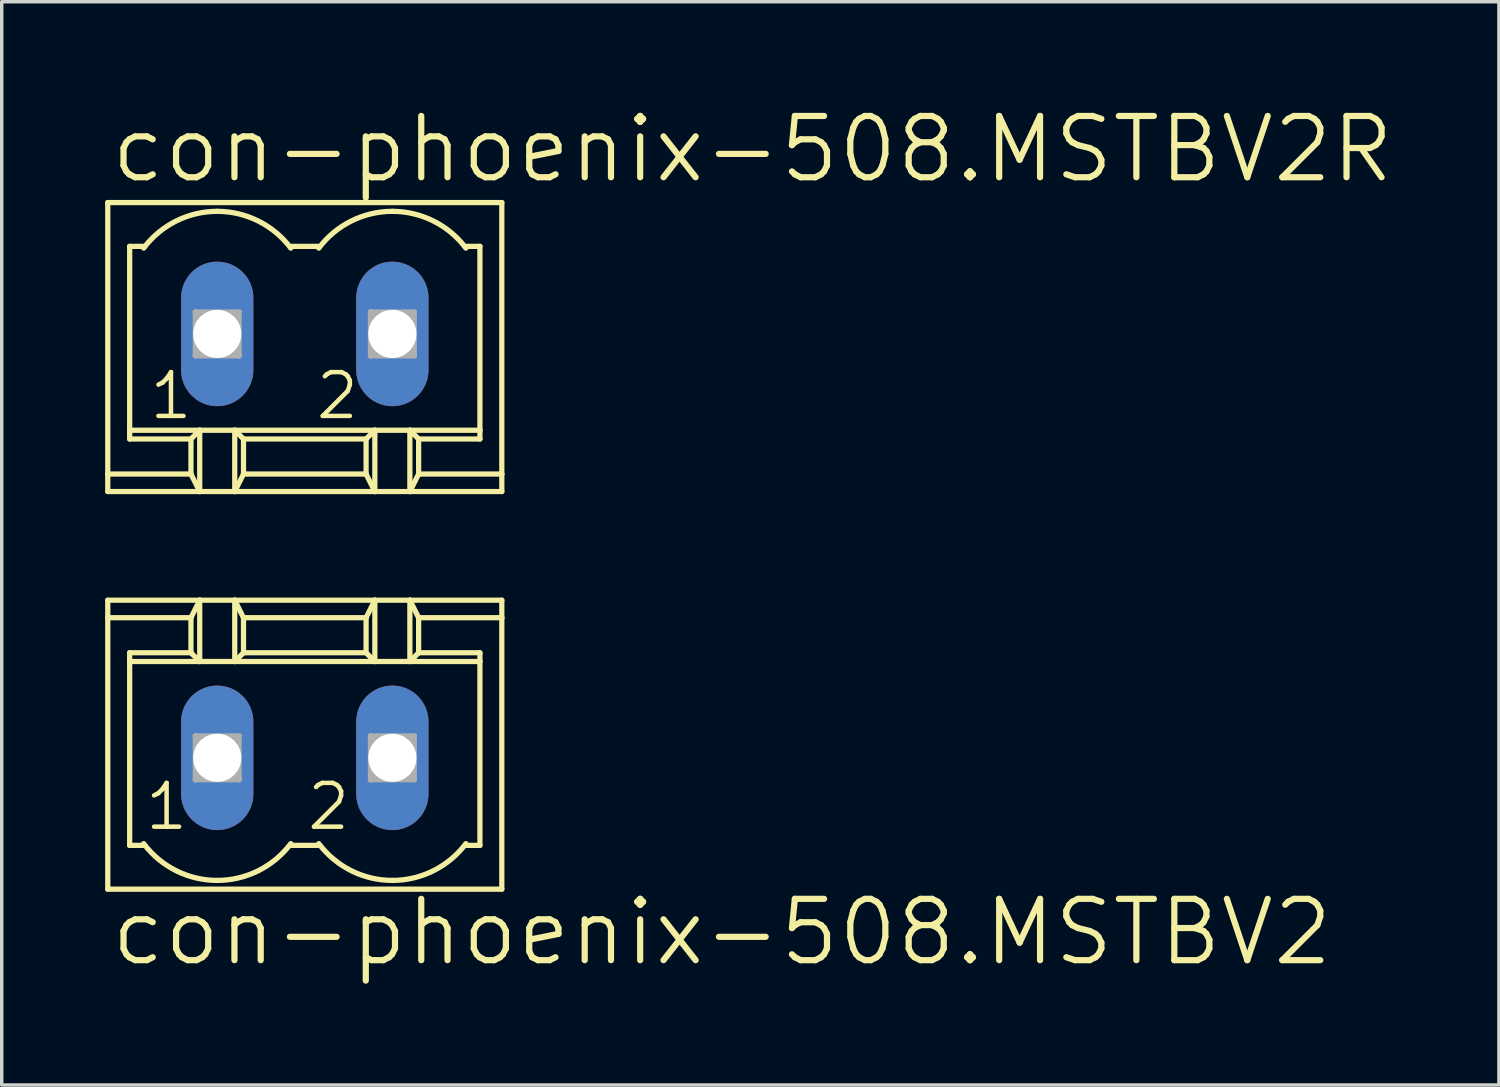
<source format=kicad_pcb>
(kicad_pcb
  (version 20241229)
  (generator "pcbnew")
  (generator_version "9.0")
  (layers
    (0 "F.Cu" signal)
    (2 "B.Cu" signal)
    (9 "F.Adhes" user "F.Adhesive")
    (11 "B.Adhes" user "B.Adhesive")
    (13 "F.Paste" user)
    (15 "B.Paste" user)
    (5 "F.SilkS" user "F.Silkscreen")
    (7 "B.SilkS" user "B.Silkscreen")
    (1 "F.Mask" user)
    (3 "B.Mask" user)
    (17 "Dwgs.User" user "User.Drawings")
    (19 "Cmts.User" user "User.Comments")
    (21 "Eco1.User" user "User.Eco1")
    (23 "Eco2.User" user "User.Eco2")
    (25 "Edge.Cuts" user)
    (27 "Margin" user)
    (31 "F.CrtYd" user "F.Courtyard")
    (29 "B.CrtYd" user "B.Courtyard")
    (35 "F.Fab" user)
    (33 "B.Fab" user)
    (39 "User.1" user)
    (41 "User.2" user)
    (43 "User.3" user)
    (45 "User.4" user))
  (footprint "con-phoenix-508.MSTBV2"
    (layer "F.Cu")
    (at 5.791 18.932)
    (property "Reference" "con-phoenix-508.MSTBV2" (at -5.715 6.096 0) (layer "F.SilkS") (effects (font (size 1.778 1.778) (thickness 0.18)) (justify left bottom)))
    (attr through_hole)
    (fp_line (start -5.715 -4.572) (end -5.715 -4.064) (stroke (width 0.152) (type default)) (layer "F.SilkS"))
    (fp_line (start -5.715 -4.572) (end -3.048 -4.572) (stroke (width 0.152) (type default)) (layer "F.SilkS"))
    (fp_line (start -5.715 -4.064) (end -5.715 3.81) (stroke (width 0.152) (type default)) (layer "F.SilkS"))
    (fp_line (start -5.715 -4.064) (end -3.302 -4.064) (stroke (width 0.152) (type default)) (layer "F.SilkS"))
    (fp_line (start -5.715 3.81) (end 5.715 3.81) (stroke (width 0.152) (type default)) (layer "F.SilkS"))
    (fp_line (start -5.08 -2.794) (end -5.08 -3.048) (stroke (width 0.152) (type default)) (layer "F.SilkS"))
    (fp_line (start -5.08 -2.794) (end -3.048 -2.794) (stroke (width 0.152) (type default)) (layer "F.SilkS"))
    (fp_line (start -5.08 2.54) (end -5.08 -2.794) (stroke (width 0.152) (type default)) (layer "F.SilkS"))
    (fp_line (start -5.08 2.54) (end -4.648 2.54) (stroke (width 0.152) (type default)) (layer "F.SilkS"))
    (fp_line (start -3.302 -4.064) (end -3.302 -3.048) (stroke (width 0.152) (type default)) (layer "F.SilkS"))
    (fp_line (start -3.302 -4.064) (end -3.048 -4.572) (stroke (width 0.152) (type default)) (layer "F.SilkS"))
    (fp_line (start -3.302 -3.048) (end -5.08 -3.048) (stroke (width 0.152) (type default)) (layer "F.SilkS"))
    (fp_line (start -3.302 -3.048) (end -3.048 -2.794) (stroke (width 0.152) (type default)) (layer "F.SilkS"))
    (fp_line (start -3.048 -4.572) (end -2.032 -4.572) (stroke (width 0.152) (type default)) (layer "F.SilkS"))
    (fp_line (start -3.048 -2.794) (end -3.048 -4.572) (stroke (width 0.152) (type default)) (layer "F.SilkS"))
    (fp_line (start -3.048 -2.794) (end -2.032 -2.794) (stroke (width 0.152) (type default)) (layer "F.SilkS"))
    (fp_line (start -2.032 -4.572) (end -1.778 -4.064) (stroke (width 0.152) (type default)) (layer "F.SilkS"))
    (fp_line (start -2.032 -4.572) (end 2.032 -4.572) (stroke (width 0.152) (type default)) (layer "F.SilkS"))
    (fp_line (start -2.032 -2.794) (end -2.032 -4.572) (stroke (width 0.152) (type default)) (layer "F.SilkS"))
    (fp_line (start -2.032 -2.794) (end 2.032 -2.794) (stroke (width 0.152) (type default)) (layer "F.SilkS"))
    (fp_line (start -1.778 -4.064) (end -1.778 -3.048) (stroke (width 0.152) (type default)) (layer "F.SilkS"))
    (fp_line (start -1.778 -4.064) (end 1.778 -4.064) (stroke (width 0.152) (type default)) (layer "F.SilkS"))
    (fp_line (start -1.778 -3.048) (end -2.032 -2.794) (stroke (width 0.152) (type default)) (layer "F.SilkS"))
    (fp_line (start -0.381 2.54) (end 0.381 2.54) (stroke (width 0.152) (type default)) (layer "F.SilkS"))
    (fp_line (start 1.778 -4.064) (end 1.778 -3.048) (stroke (width 0.152) (type default)) (layer "F.SilkS"))
    (fp_line (start 1.778 -4.064) (end 2.032 -4.572) (stroke (width 0.152) (type default)) (layer "F.SilkS"))
    (fp_line (start 1.778 -3.048) (end -1.778 -3.048) (stroke (width 0.152) (type default)) (layer "F.SilkS"))
    (fp_line (start 1.778 -3.048) (end 2.032 -2.794) (stroke (width 0.152) (type default)) (layer "F.SilkS"))
    (fp_line (start 2.032 -4.572) (end 3.048 -4.572) (stroke (width 0.152) (type default)) (layer "F.SilkS"))
    (fp_line (start 2.032 -2.794) (end 2.032 -4.572) (stroke (width 0.152) (type default)) (layer "F.SilkS"))
    (fp_line (start 2.032 -2.794) (end 3.048 -2.794) (stroke (width 0.152) (type default)) (layer "F.SilkS"))
    (fp_line (start 3.048 -4.572) (end 3.302 -4.064) (stroke (width 0.152) (type default)) (layer "F.SilkS"))
    (fp_line (start 3.048 -4.572) (end 5.715 -4.572) (stroke (width 0.152) (type default)) (layer "F.SilkS"))
    (fp_line (start 3.048 -2.794) (end 3.048 -4.572) (stroke (width 0.152) (type default)) (layer "F.SilkS"))
    (fp_line (start 3.048 -2.794) (end 5.08 -2.794) (stroke (width 0.152) (type default)) (layer "F.SilkS"))
    (fp_line (start 3.302 -4.064) (end 3.302 -3.048) (stroke (width 0.152) (type default)) (layer "F.SilkS"))
    (fp_line (start 3.302 -4.064) (end 5.715 -4.064) (stroke (width 0.152) (type default)) (layer "F.SilkS"))
    (fp_line (start 3.302 -3.048) (end 3.048 -2.794) (stroke (width 0.152) (type default)) (layer "F.SilkS"))
    (fp_line (start 3.302 -3.048) (end 5.08 -3.048) (stroke (width 0.152) (type default)) (layer "F.SilkS"))
    (fp_line (start 4.648 2.54) (end 5.08 2.54) (stroke (width 0.152) (type default)) (layer "F.SilkS"))
    (fp_line (start 5.08 -3.048) (end 5.08 -2.794) (stroke (width 0.152) (type default)) (layer "F.SilkS"))
    (fp_line (start 5.08 -2.794) (end 5.08 2.54) (stroke (width 0.152) (type default)) (layer "F.SilkS"))
    (fp_line (start 5.715 -4.064) (end 5.715 -4.572) (stroke (width 0.152) (type default)) (layer "F.SilkS"))
    (fp_line (start 5.715 3.81) (end 5.715 -4.064) (stroke (width 0.152) (type default)) (layer "F.SilkS"))
    (fp_arc (start -2.54 3.556) (mid -3.732719 3.274437) (end -4.6736 2.4892) (stroke (width 0.1524) (type default)) (layer "F.SilkS"))
    (fp_arc (start -0.4064 2.4892) (mid -1.347281 3.274437) (end -2.54 3.556) (stroke (width 0.1524) (type default)) (layer "F.SilkS"))
    (fp_arc (start 2.54 3.556) (mid 1.347281 3.274437) (end 0.4064 2.4892) (stroke (width 0.1524) (type default)) (layer "F.SilkS"))
    (fp_arc (start 4.6736 2.4892) (mid 3.732719 3.274437) (end 2.54 3.556) (stroke (width 0.1524) (type default)) (layer "F.SilkS"))
    (fp_line (start -3.175 -0.635) (end -3.175 0.635) (stroke (width 0.152) (type default)) (layer "F.Fab"))
    (fp_line (start -3.175 -0.635) (end -1.905 0.635) (stroke (width 0.152) (type default)) (layer "F.Fab"))
    (fp_line (start -3.175 0.635) (end -1.905 -0.635) (stroke (width 0.152) (type default)) (layer "F.Fab"))
    (fp_line (start -3.175 0.635) (end -1.905 0.635) (stroke (width 0.152) (type default)) (layer "F.Fab"))
    (fp_line (start -1.905 -0.635) (end -3.175 -0.635) (stroke (width 0.152) (type default)) (layer "F.Fab"))
    (fp_line (start -1.905 0.635) (end -1.905 -0.635) (stroke (width 0.152) (type default)) (layer "F.Fab"))
    (fp_line (start 1.905 -0.635) (end 1.905 0.635) (stroke (width 0.152) (type default)) (layer "F.Fab"))
    (fp_line (start 1.905 -0.635) (end 3.175 0.635) (stroke (width 0.152) (type default)) (layer "F.Fab"))
    (fp_line (start 1.905 0.635) (end 3.175 -0.635) (stroke (width 0.152) (type default)) (layer "F.Fab"))
    (fp_line (start 1.905 0.635) (end 3.175 0.635) (stroke (width 0.152) (type default)) (layer "F.Fab"))
    (fp_line (start 3.175 -0.635) (end 1.905 -0.635) (stroke (width 0.152) (type default)) (layer "F.Fab"))
    (fp_line (start 3.175 0.635) (end 3.175 -0.635) (stroke (width 0.152) (type default)) (layer "F.Fab"))
    (fp_text user "1" (at -4.699 2.159 0) (layer "F.SilkS") (effects (font (size 1.27 1.27) (thickness 0.13)) (justify left bottom)))
    (fp_text user "2" (at 0 2.159 0) (layer "F.SilkS") (effects (font (size 1.27 1.27) (thickness 0.13)) (justify left bottom)))
    (pad "1" thru_hole oval (at -2.54 0 90) (size 4.191 2.095) (drill 1.397) (layers "*.Cu" "*.Mask"))
    (pad "2" thru_hole oval (at 2.54 0 90) (size 4.191 2.095) (drill 1.397) (layers "*.Cu" "*.Mask")))
  (footprint "con-phoenix-508.MSTBV2R"
    (layer "F.Cu")
    (at 5.791 6.636)
    (property "Reference" "con-phoenix-508.MSTBV2R" (at -5.715 -4.318 0) (layer "F.SilkS") (effects (font (size 1.778 1.778) (thickness 0.18)) (justify left bottom)))
    (attr through_hole)
    (fp_line (start -5.715 -3.81) (end -5.715 4.064) (stroke (width 0.152) (type default)) (layer "F.SilkS"))
    (fp_line (start -5.715 4.064) (end -5.715 4.572) (stroke (width 0.152) (type default)) (layer "F.SilkS"))
    (fp_line (start -5.08 2.794) (end -5.08 -2.54) (stroke (width 0.152) (type default)) (layer "F.SilkS"))
    (fp_line (start -5.08 3.048) (end -5.08 2.794) (stroke (width 0.152) (type default)) (layer "F.SilkS"))
    (fp_line (start -4.648 -2.54) (end -5.08 -2.54) (stroke (width 0.152) (type default)) (layer "F.SilkS"))
    (fp_line (start -3.302 3.048) (end -5.08 3.048) (stroke (width 0.152) (type default)) (layer "F.SilkS"))
    (fp_line (start -3.302 3.048) (end -3.048 2.794) (stroke (width 0.152) (type default)) (layer "F.SilkS"))
    (fp_line (start -3.302 4.064) (end -5.715 4.064) (stroke (width 0.152) (type default)) (layer "F.SilkS"))
    (fp_line (start -3.302 4.064) (end -3.302 3.048) (stroke (width 0.152) (type default)) (layer "F.SilkS"))
    (fp_line (start -3.048 2.794) (end -5.08 2.794) (stroke (width 0.152) (type default)) (layer "F.SilkS"))
    (fp_line (start -3.048 2.794) (end -3.048 4.572) (stroke (width 0.152) (type default)) (layer "F.SilkS"))
    (fp_line (start -3.048 4.572) (end -5.715 4.572) (stroke (width 0.152) (type default)) (layer "F.SilkS"))
    (fp_line (start -3.048 4.572) (end -3.302 4.064) (stroke (width 0.152) (type default)) (layer "F.SilkS"))
    (fp_line (start -2.032 2.794) (end -3.048 2.794) (stroke (width 0.152) (type default)) (layer "F.SilkS"))
    (fp_line (start -2.032 2.794) (end -2.032 4.572) (stroke (width 0.152) (type default)) (layer "F.SilkS"))
    (fp_line (start -2.032 4.572) (end -3.048 4.572) (stroke (width 0.152) (type default)) (layer "F.SilkS"))
    (fp_line (start -1.778 3.048) (end -2.032 2.794) (stroke (width 0.152) (type default)) (layer "F.SilkS"))
    (fp_line (start -1.778 3.048) (end 1.778 3.048) (stroke (width 0.152) (type default)) (layer "F.SilkS"))
    (fp_line (start -1.778 4.064) (end -2.032 4.572) (stroke (width 0.152) (type default)) (layer "F.SilkS"))
    (fp_line (start -1.778 4.064) (end -1.778 3.048) (stroke (width 0.152) (type default)) (layer "F.SilkS"))
    (fp_line (start 0.381 -2.54) (end -0.381 -2.54) (stroke (width 0.152) (type default)) (layer "F.SilkS"))
    (fp_line (start 1.778 3.048) (end 2.032 2.794) (stroke (width 0.152) (type default)) (layer "F.SilkS"))
    (fp_line (start 1.778 4.064) (end -1.778 4.064) (stroke (width 0.152) (type default)) (layer "F.SilkS"))
    (fp_line (start 1.778 4.064) (end 1.778 3.048) (stroke (width 0.152) (type default)) (layer "F.SilkS"))
    (fp_line (start 2.032 2.794) (end -2.032 2.794) (stroke (width 0.152) (type default)) (layer "F.SilkS"))
    (fp_line (start 2.032 2.794) (end 2.032 4.572) (stroke (width 0.152) (type default)) (layer "F.SilkS"))
    (fp_line (start 2.032 4.572) (end -2.032 4.572) (stroke (width 0.152) (type default)) (layer "F.SilkS"))
    (fp_line (start 2.032 4.572) (end 1.778 4.064) (stroke (width 0.152) (type default)) (layer "F.SilkS"))
    (fp_line (start 3.048 2.794) (end 2.032 2.794) (stroke (width 0.152) (type default)) (layer "F.SilkS"))
    (fp_line (start 3.048 2.794) (end 3.048 4.572) (stroke (width 0.152) (type default)) (layer "F.SilkS"))
    (fp_line (start 3.048 4.572) (end 2.032 4.572) (stroke (width 0.152) (type default)) (layer "F.SilkS"))
    (fp_line (start 3.302 3.048) (end 3.048 2.794) (stroke (width 0.152) (type default)) (layer "F.SilkS"))
    (fp_line (start 3.302 3.048) (end 5.08 3.048) (stroke (width 0.152) (type default)) (layer "F.SilkS"))
    (fp_line (start 3.302 4.064) (end 3.048 4.572) (stroke (width 0.152) (type default)) (layer "F.SilkS"))
    (fp_line (start 3.302 4.064) (end 3.302 3.048) (stroke (width 0.152) (type default)) (layer "F.SilkS"))
    (fp_line (start 5.08 -2.54) (end 4.648 -2.54) (stroke (width 0.152) (type default)) (layer "F.SilkS"))
    (fp_line (start 5.08 -2.54) (end 5.08 2.794) (stroke (width 0.152) (type default)) (layer "F.SilkS"))
    (fp_line (start 5.08 2.794) (end 3.048 2.794) (stroke (width 0.152) (type default)) (layer "F.SilkS"))
    (fp_line (start 5.08 2.794) (end 5.08 3.048) (stroke (width 0.152) (type default)) (layer "F.SilkS"))
    (fp_line (start 5.715 -3.81) (end -5.715 -3.81) (stroke (width 0.152) (type default)) (layer "F.SilkS"))
    (fp_line (start 5.715 4.064) (end 3.302 4.064) (stroke (width 0.152) (type default)) (layer "F.SilkS"))
    (fp_line (start 5.715 4.064) (end 5.715 -3.81) (stroke (width 0.152) (type default)) (layer "F.SilkS"))
    (fp_line (start 5.715 4.572) (end 3.048 4.572) (stroke (width 0.152) (type default)) (layer "F.SilkS"))
    (fp_line (start 5.715 4.572) (end 5.715 4.064) (stroke (width 0.152) (type default)) (layer "F.SilkS"))
    (fp_arc (start -4.6736 -2.4892) (mid -3.732719 -3.274437) (end -2.54 -3.556) (stroke (width 0.1524) (type default)) (layer "F.SilkS"))
    (fp_arc (start -2.54 -3.556) (mid -1.347281 -3.274437) (end -0.4064 -2.4892) (stroke (width 0.1524) (type default)) (layer "F.SilkS"))
    (fp_arc (start 0.4064 -2.4892) (mid 1.347281 -3.274437) (end 2.54 -3.556) (stroke (width 0.1524) (type default)) (layer "F.SilkS"))
    (fp_arc (start 2.54 -3.556) (mid 3.732719 -3.274437) (end 4.6736 -2.4892) (stroke (width 0.1524) (type default)) (layer "F.SilkS"))
    (fp_line (start -3.175 -0.635) (end -3.175 0.635) (stroke (width 0.152) (type default)) (layer "F.Fab"))
    (fp_line (start -3.175 0.635) (end -1.905 0.635) (stroke (width 0.152) (type default)) (layer "F.Fab"))
    (fp_line (start -1.905 -0.635) (end -3.175 -0.635) (stroke (width 0.152) (type default)) (layer "F.Fab"))
    (fp_line (start -1.905 -0.635) (end -3.175 0.635) (stroke (width 0.152) (type default)) (layer "F.Fab"))
    (fp_line (start -1.905 0.635) (end -3.175 -0.635) (stroke (width 0.152) (type default)) (layer "F.Fab"))
    (fp_line (start -1.905 0.635) (end -1.905 -0.635) (stroke (width 0.152) (type default)) (layer "F.Fab"))
    (fp_line (start 1.905 -0.635) (end 1.905 0.635) (stroke (width 0.152) (type default)) (layer "F.Fab"))
    (fp_line (start 1.905 0.635) (end 3.175 0.635) (stroke (width 0.152) (type default)) (layer "F.Fab"))
    (fp_line (start 3.175 -0.635) (end 1.905 -0.635) (stroke (width 0.152) (type default)) (layer "F.Fab"))
    (fp_line (start 3.175 -0.635) (end 1.905 0.635) (stroke (width 0.152) (type default)) (layer "F.Fab"))
    (fp_line (start 3.175 0.635) (end 1.905 -0.635) (stroke (width 0.152) (type default)) (layer "F.Fab"))
    (fp_line (start 3.175 0.635) (end 3.175 -0.635) (stroke (width 0.152) (type default)) (layer "F.Fab"))
    (fp_text user "2" (at 0.254 2.54 0) (layer "F.SilkS") (effects (font (size 1.27 1.27) (thickness 0.13)) (justify left bottom)))
    (fp_text user "1" (at -4.572 2.54 0) (layer "F.SilkS") (effects (font (size 1.27 1.27) (thickness 0.13)) (justify left bottom)))
    (pad "1" thru_hole oval (at -2.54 0 90) (size 4.191 2.095) (drill 1.397) (layers "*.Cu" "*.Mask"))
    (pad "2" thru_hole oval (at 2.54 0 90) (size 4.191 2.095) (drill 1.397) (layers "*.Cu" "*.Mask")))
  (gr_rect
    (start -3 -3)
    (end 40.429 28.422)
    (stroke (width 0.1) (type default))
    (fill no)
    (layer "Edge.Cuts")))
</source>
